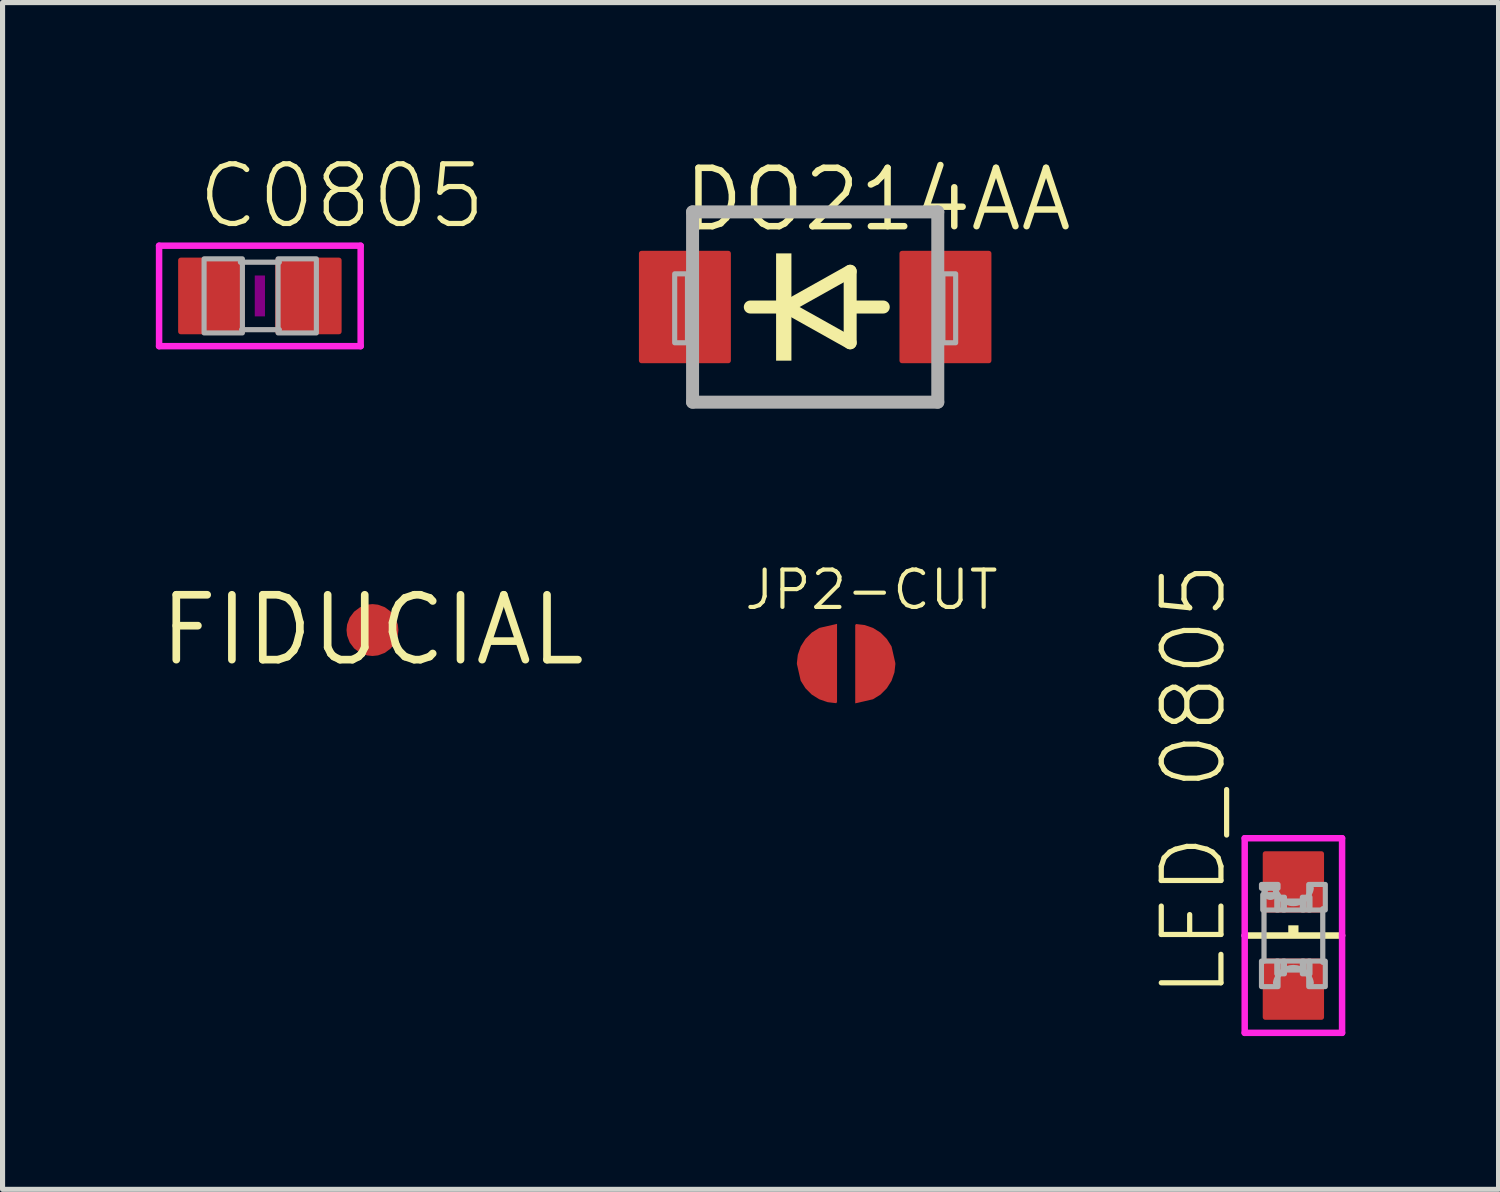
<source format=kicad_pcb>
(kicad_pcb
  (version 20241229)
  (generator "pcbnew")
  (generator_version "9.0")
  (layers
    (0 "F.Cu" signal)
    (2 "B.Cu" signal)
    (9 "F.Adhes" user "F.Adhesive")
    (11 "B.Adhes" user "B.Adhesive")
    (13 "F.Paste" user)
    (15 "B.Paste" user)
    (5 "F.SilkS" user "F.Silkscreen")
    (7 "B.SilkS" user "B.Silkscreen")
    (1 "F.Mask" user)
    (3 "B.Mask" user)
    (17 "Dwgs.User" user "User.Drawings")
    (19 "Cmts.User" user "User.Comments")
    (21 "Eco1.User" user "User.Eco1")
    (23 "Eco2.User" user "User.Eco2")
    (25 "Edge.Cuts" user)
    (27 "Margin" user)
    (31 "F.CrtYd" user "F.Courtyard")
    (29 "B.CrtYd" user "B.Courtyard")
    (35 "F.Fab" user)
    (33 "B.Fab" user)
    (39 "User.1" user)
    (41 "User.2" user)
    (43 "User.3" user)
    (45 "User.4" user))
  (footprint "JP2-CUT"
    (layer "F.Cu")
    (at 13.513 9.94)
    (property "Reference" "JP2-CUT" (at -2.032 -1.016 0) (layer "F.SilkS") (effects (font (size 0.732 0.732) (thickness 0.081)) (justify left bottom)))
    (fp_poly (pts (xy -0.178 0.762) (xy -0.19 0.762) (xy -0.192 0.775) (xy -0.363 0.755) (xy -0.527 0.698) (xy -0.674 0.606) (xy -0.796 0.483) (xy -0.889 0.336) (xy -0.965 0.003) (xy -0.953 0.000001) (xy -0.965 -0.001) (xy -0.946 -0.172) (xy -0.889 -0.336) (xy -0.796 -0.483) (xy -0.674 -0.606) (xy -0.526 -0.698) (xy -0.178 -0.778)) (stroke (width 0) (type solid)) (fill yes) (layer "F.Cu"))
    (fp_poly (pts (xy 0.363 -0.755) (xy 0.527 -0.698) (xy 0.674 -0.606) (xy 0.796 -0.483) (xy 0.889 -0.336) (xy 0.965 -0.003) (xy 0.953 -0.000001) (xy 0.965 0.001) (xy 0.946 0.172) (xy 0.889 0.336) (xy 0.796 0.483) (xy 0.674 0.606) (xy 0.526 0.698) (xy 0.178 0.778) (xy 0.178 -0.762) (xy 0.19 -0.762) (xy 0.192 -0.775)) (stroke (width 0) (type solid)) (fill yes) (layer "F.Cu"))
    (fp_poly (pts (xy 0.581 -0.813) (xy 0.753 -0.705) (xy 0.896 -0.562) (xy 1.003 -0.391) (xy 1.07 -0.201) (xy 1.092 -0.001) (xy 1.08 0.000001) (xy 1.092 0.003) (xy 1.003 0.391) (xy 0.896 0.562) (xy 0.753 0.705) (xy 0.582 0.812) (xy 0.391 0.879) (xy 0.203 0.9) (xy 0.203 0.902) (xy -0.013 0.902) (xy -0.013 -0.902) (xy 0.192 -0.902)) (stroke (width 0) (type solid)) (fill yes) (layer "F.Mask"))
    (fp_poly (pts (xy 0.013 0.902) (xy -0.192 0.902) (xy -0.581 0.813) (xy -0.753 0.705) (xy -0.896 0.562) (xy -1.003 0.391) (xy -1.07 0.201) (xy -1.092 0.001) (xy -1.08 -0.000001) (xy -1.092 -0.003) (xy -1.003 -0.391) (xy -0.896 -0.562) (xy -0.753 -0.705) (xy -0.582 -0.812) (xy -0.391 -0.879) (xy -0.192 -0.902) (xy -0.19 -0.889) (xy -0.19 -0.876) (xy -0.178 -0.876) (xy -0.178 -0.902) (xy 0.013 -0.902)) (stroke (width 0) (type solid)) (fill yes) (layer "F.Mask"))
    (pad "1" smd roundrect (at -0.635 0) (size 0.508 0.254) (layers "F.Cu") (roundrect_rratio 0.2))
    (pad "2" smd roundrect (at 0.635 0) (size 0.508 0.254) (layers "F.Cu") (roundrect_rratio 0.2)))
  (footprint "LED_0805"
    (layer "F.Cu")
    (at 22.268 15.263)
    (property "Reference" "LED_0805" (at -1.27 1.27 90) (layer "F.SilkS") (effects (font (size 1.168 1.168) (thickness 0.102)) (justify left bottom)))
    (fp_line (start -0.953 0) (end 0.953 0) (stroke (width 0.127) (type solid)) (layer "F.SilkS"))
    (fp_poly (pts (xy -0.1 0) (xy 0.1 0) (xy 0.1 -0.2) (xy -0.1 -0.2)) (stroke (width 0) (type solid)) (fill yes) (layer "F.SilkS"))
    (fp_line (start -0.953 -1.905) (end 0.953 -1.905) (stroke (width 0.127) (type solid)) (layer "F.CrtYd"))
    (fp_line (start -0.953 0) (end -0.953 -1.905) (stroke (width 0.127) (type solid)) (layer "F.CrtYd"))
    (fp_line (start -0.953 1.905) (end -0.953 0) (stroke (width 0.127) (type solid)) (layer "F.CrtYd"))
    (fp_line (start 0.953 -1.905) (end 0.953 0) (stroke (width 0.127) (type solid)) (layer "F.CrtYd"))
    (fp_line (start 0.953 0) (end 0.953 1.905) (stroke (width 0.127) (type solid)) (layer "F.CrtYd"))
    (fp_line (start 0.953 1.905) (end -0.953 1.905) (stroke (width 0.127) (type solid)) (layer "F.CrtYd"))
    (fp_line (start -0.575 0.5) (end -0.575 -0.925) (stroke (width 0.102) (type solid)) (layer "F.Fab"))
    (fp_line (start 0.575 -0.525) (end 0.575 0.525) (stroke (width 0.102) (type solid)) (layer "F.Fab"))
    (fp_arc (start -0.35 0.925) (mid -0.000001 0.625027) (end 0.35 0.924998) (stroke (width 0.1016) (type solid)) (layer "F.Fab"))
    (fp_arc (start 0.35 -0.924998) (mid -0.000001 -0.625027) (end -0.35 -0.925) (stroke (width 0.1016) (type solid)) (layer "F.Fab"))
    (fp_circle (center -0.45 -0.85) (end -0.347 -0.85) (stroke (width 0.102) (type solid)) (fill no) (layer "F.Fab"))
    (fp_poly (pts (xy -0.625 -0.925) (xy -0.3 -0.925) (xy -0.3 -1) (xy -0.625 -1)) (stroke (width 0.1) (type solid)) (fill no) (layer "F.Fab"))
    (fp_poly (pts (xy -0.625 1) (xy -0.3 1) (xy -0.3 0.5) (xy -0.625 0.5)) (stroke (width 0.1) (type solid)) (fill no) (layer "F.Fab"))
    (fp_poly (pts (xy -0.6 -0.5) (xy -0.3 -0.5) (xy -0.3 -0.8) (xy -0.6 -0.8)) (stroke (width 0.1) (type solid)) (fill no) (layer "F.Fab"))
    (fp_poly (pts (xy -0.325 -0.5) (xy -0.175 -0.5) (xy -0.175 -0.75) (xy -0.325 -0.75)) (stroke (width 0.1) (type solid)) (fill no) (layer "F.Fab"))
    (fp_poly (pts (xy -0.325 0.75) (xy -0.175 0.75) (xy -0.175 0.5) (xy -0.325 0.5)) (stroke (width 0.1) (type solid)) (fill no) (layer "F.Fab"))
    (fp_poly (pts (xy -0.2 -0.5) (xy 0.2 -0.5) (xy 0.2 -0.675) (xy -0.2 -0.675)) (stroke (width 0.1) (type solid)) (fill no) (layer "F.Fab"))
    (fp_poly (pts (xy -0.2 0.675) (xy 0.2 0.675) (xy 0.2 0.5) (xy -0.2 0.5)) (stroke (width 0.1) (type solid)) (fill no) (layer "F.Fab"))
    (fp_poly (pts (xy 0.175 -0.5) (xy 0.325 -0.5) (xy 0.325 -0.75) (xy 0.175 -0.75)) (stroke (width 0.1) (type solid)) (fill no) (layer "F.Fab"))
    (fp_poly (pts (xy 0.175 0.75) (xy 0.325 0.75) (xy 0.325 0.5) (xy 0.175 0.5)) (stroke (width 0.1) (type solid)) (fill no) (layer "F.Fab"))
    (fp_poly (pts (xy 0.3 -0.5) (xy 0.625 -0.5) (xy 0.625 -1) (xy 0.3 -1)) (stroke (width 0.1) (type solid)) (fill no) (layer "F.Fab"))
    (fp_poly (pts (xy 0.3 1) (xy 0.625 1) (xy 0.625 0.5) (xy 0.3 0.5)) (stroke (width 0.1) (type solid)) (fill no) (layer "F.Fab"))
    (pad "A" smd roundrect (at 0 1.05) (size 1.2 1.2) (layers "F.Cu" "F.Mask" "F.Paste") (roundrect_rratio 0.042))
    (pad "C" smd roundrect (at 0 -1.05) (size 1.2 1.2) (layers "F.Cu" "F.Mask" "F.Paste") (roundrect_rratio 0.042)))
  (footprint "C0805"
    (layer "F.Cu")
    (at 2.037 2.743)
    (property "Reference" "C0805" (at -1.27 -1.27 0) (layer "F.SilkS") (effects (font (size 1.168 1.168) (thickness 0.102)) (justify left bottom)))
    (fp_poly (pts (xy -0.1 0.4) (xy 0.1 0.4) (xy 0.1 -0.4) (xy -0.1 -0.4)) (stroke (width 0) (type solid)) (fill yes) (layer "F.Adhes"))
    (fp_line (start -1.973 -0.983) (end 1.973 -0.983) (stroke (width 0.127) (type solid)) (layer "F.CrtYd"))
    (fp_line (start -1.973 0.983) (end -1.973 -0.983) (stroke (width 0.127) (type solid)) (layer "F.CrtYd"))
    (fp_line (start 1.973 -0.983) (end 1.973 0.983) (stroke (width 0.127) (type solid)) (layer "F.CrtYd"))
    (fp_line (start 1.973 0.983) (end -1.973 0.983) (stroke (width 0.127) (type solid)) (layer "F.CrtYd"))
    (fp_line (start -0.381 -0.66) (end 0.381 -0.66) (stroke (width 0.102) (type solid)) (layer "F.Fab"))
    (fp_line (start -0.356 0.66) (end 0.381 0.66) (stroke (width 0.102) (type solid)) (layer "F.Fab"))
    (fp_poly (pts (xy -1.092 0.724) (xy -0.342 0.724) (xy -0.342 -0.726) (xy -1.092 -0.726)) (stroke (width 0.1) (type solid)) (fill no) (layer "F.Fab"))
    (fp_poly (pts (xy 0.356 0.724) (xy 1.106 0.724) (xy 1.106 -0.726) (xy 0.356 -0.726)) (stroke (width 0.1) (type solid)) (fill no) (layer "F.Fab"))
    (pad "1" smd roundrect (at -0.95 0) (size 1.3 1.5) (layers "F.Cu" "F.Mask" "F.Paste") (roundrect_rratio 0.039))
    (pad "2" smd roundrect (at 0.95 0) (size 1.3 1.5) (layers "F.Cu" "F.Mask" "F.Paste") (roundrect_rratio 0.039)))
  (footprint "FIDUCIAL"
    (layer "F.Cu")
    (at 4.241 9.283)
    (property "Reference" "FIDUCIAL" (at 0 0 0) (layer "F.SilkS") (effects (font (size 1.27 1.27) (thickness 0.15))))
    (fp_poly (pts (xy 0.232 -1.313) (xy 0.456 -1.253) (xy 0.667 -1.155) (xy 0.857 -1.022) (xy 1.022 -0.857) (xy 1.155 -0.667) (xy 1.254 -0.454) (xy 1.334 -0.003) (xy 1.313 0.232) (xy 1.253 0.456) (xy 1.155 0.667) (xy 1.022 0.857) (xy 0.857 1.022) (xy 0.667 1.155) (xy 0.456 1.253) (xy 0.232 1.313) (xy 0 1.334) (xy -0.232 1.313) (xy -0.456 1.253) (xy -0.667 1.155) (xy -0.857 1.022) (xy -1.022 0.857) (xy -1.155 0.667) (xy -1.253 0.456) (xy -1.313 0.232) (xy -1.334 0) (xy -1.313 -0.232) (xy -1.253 -0.456) (xy -1.155 -0.667) (xy -1.022 -0.857) (xy -0.857 -1.022) (xy -0.667 -1.155) (xy -0.456 -1.253) (xy -0.232 -1.313) (xy 0 -1.334)) (stroke (width 0) (type solid)) (fill yes) (layer "F.Mask"))
    (pad "T" smd roundrect (at 0 0) (size 1.016 1.016) (layers "F.Cu") (roundrect_rratio 0.5)))
  (footprint "DO214AA"
    (layer "F.Cu")
    (at 12.907 2.96)
    (property "Reference" "DO214AA" (at -2.64 -1.436 0) (layer "F.SilkS") (effects (font (size 1.143 1.143) (thickness 0.127)) (justify left bottom)))
    (fp_line (start -0.635 0) (end -1.27 0) (stroke (width 0.254) (type solid)) (layer "F.SilkS"))
    (fp_line (start -0.565 0) (end 0.685 -0.7) (stroke (width 0.254) (type solid)) (layer "F.SilkS"))
    (fp_line (start 0.685 -0.7) (end 0.685 0.7) (stroke (width 0.254) (type solid)) (layer "F.SilkS"))
    (fp_line (start 0.685 0.7) (end -0.565 0) (stroke (width 0.254) (type solid)) (layer "F.SilkS"))
    (fp_line (start 1.333 0) (end 0.699 0) (stroke (width 0.254) (type solid)) (layer "F.SilkS"))
    (fp_poly (pts (xy -0.765 1.05) (xy -0.465 1.05) (xy -0.465 -1.05) (xy -0.765 -1.05)) (stroke (width 0) (type solid)) (fill yes) (layer "F.SilkS"))
    (fp_line (start -2.4 -1.862) (end 2.4 -1.862) (stroke (width 0.254) (type solid)) (layer "F.Fab"))
    (fp_line (start -2.4 1.862) (end -2.4 -1.862) (stroke (width 0.254) (type solid)) (layer "F.Fab"))
    (fp_line (start 2.4 -1.862) (end 2.4 1.862) (stroke (width 0.254) (type solid)) (layer "F.Fab"))
    (fp_line (start 2.4 1.862) (end -2.4 1.862) (stroke (width 0.254) (type solid)) (layer "F.Fab"))
    (fp_poly (pts (xy -2.75 0.7) (xy -2.5 0.7) (xy -2.5 -0.65) (xy -2.75 -0.65)) (stroke (width 0.1) (type solid)) (fill no) (layer "F.Fab"))
    (fp_poly (pts (xy 2.5 0.7) (xy 2.75 0.7) (xy 2.75 -0.65) (xy 2.5 -0.65)) (stroke (width 0.1) (type solid)) (fill no) (layer "F.Fab"))
    (pad "A" smd roundrect (at 2.55 0) (size 1.8 2.2) (layers "F.Cu" "F.Mask" "F.Paste") (roundrect_rratio 0.028))
    (pad "C" smd roundrect (at -2.55 0) (size 1.8 2.2) (layers "F.Cu" "F.Mask" "F.Paste") (roundrect_rratio 0.028)))
  (gr_rect
    (start -3 -3)
    (end 26.284 20.231)
    (stroke (width 0.1) (type default))
    (fill no)
    (layer "Edge.Cuts")))
</source>
